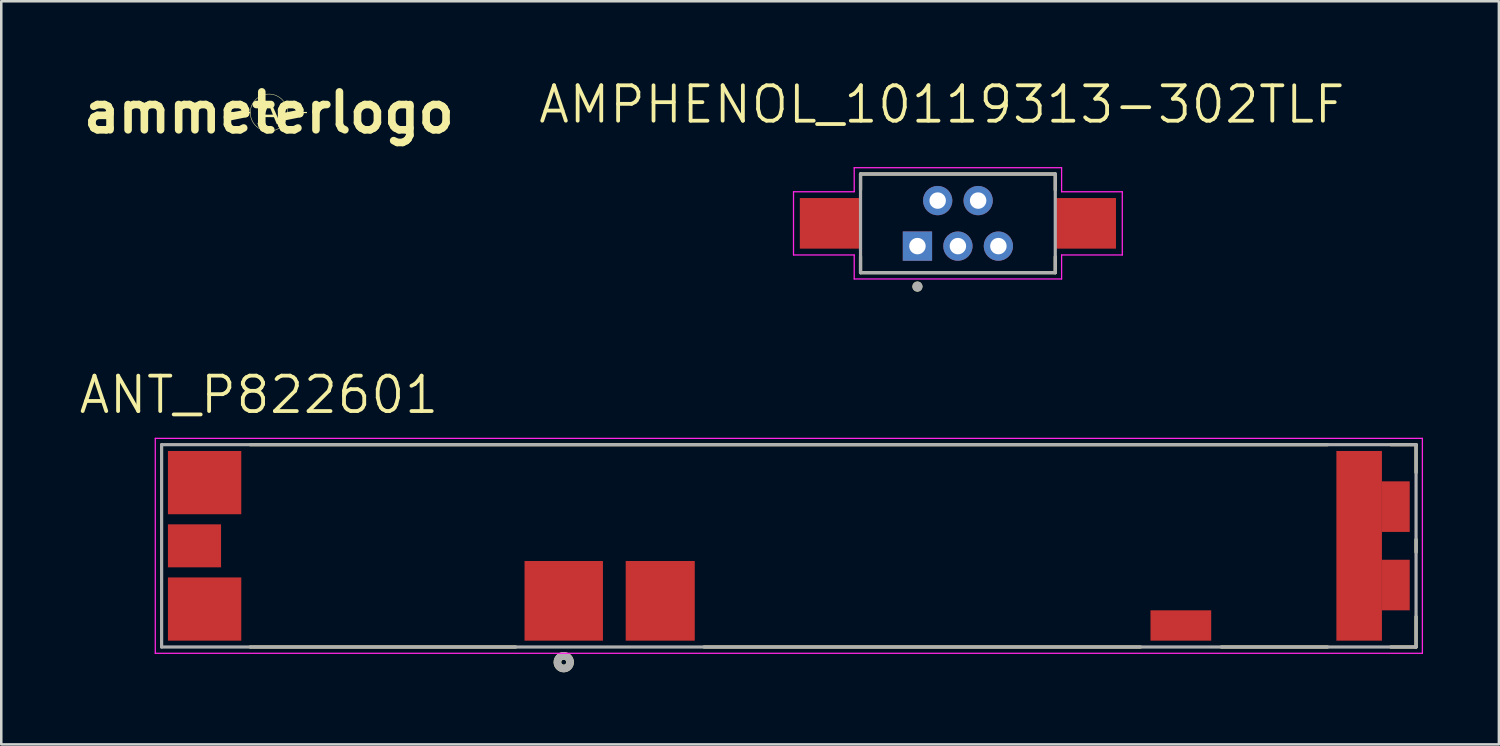
<source format=kicad_pcb>
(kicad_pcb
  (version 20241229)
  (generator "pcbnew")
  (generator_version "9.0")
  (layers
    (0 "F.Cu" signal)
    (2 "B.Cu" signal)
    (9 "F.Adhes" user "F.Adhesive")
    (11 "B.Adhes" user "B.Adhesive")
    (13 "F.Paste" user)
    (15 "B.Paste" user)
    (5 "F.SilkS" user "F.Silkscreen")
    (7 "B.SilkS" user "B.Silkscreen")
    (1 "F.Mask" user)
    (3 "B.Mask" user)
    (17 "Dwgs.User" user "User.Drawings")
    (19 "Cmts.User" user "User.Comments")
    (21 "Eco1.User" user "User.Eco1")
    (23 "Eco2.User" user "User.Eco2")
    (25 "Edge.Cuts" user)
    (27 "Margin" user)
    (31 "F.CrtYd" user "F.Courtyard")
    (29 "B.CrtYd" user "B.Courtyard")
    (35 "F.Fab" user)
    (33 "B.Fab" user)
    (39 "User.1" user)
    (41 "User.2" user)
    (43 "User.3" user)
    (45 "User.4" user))
  (footprint "ANT_P822601"
    (layer "F.Cu")
    (at 28.14 18.532)
    (property "Reference" "ANT_P822601" (at -20.955 -5.969 0) (layer "F.SilkS") (effects (font (size 1.4 1.4) (thickness 0.15))))
    (attr smd)
    (fp_line (start -21.3 -4) (end 21.3 -4) (stroke (width 0.127) (type solid)) (layer "F.SilkS"))
    (fp_line (start -10.8 4) (end -21.3 4) (stroke (width 0.127) (type solid)) (layer "F.SilkS"))
    (fp_line (start 13.9 4) (end -3.35 4) (stroke (width 0.127) (type solid)) (layer "F.SilkS"))
    (fp_line (start 21.3 4) (end 17.1 4) (stroke (width 0.127) (type solid)) (layer "F.SilkS"))
    (fp_line (start 23.8 -4) (end 24.8 -4) (stroke (width 0.127) (type solid)) (layer "F.SilkS"))
    (fp_line (start 24.8 -4) (end 24.8 -2.9) (stroke (width 0.127) (type solid)) (layer "F.SilkS"))
    (fp_line (start 24.8 -0.25) (end 24.8 0.25) (stroke (width 0.127) (type solid)) (layer "F.SilkS"))
    (fp_line (start 24.8 2.8) (end 24.8 4) (stroke (width 0.127) (type solid)) (layer "F.SilkS"))
    (fp_line (start 24.8 4) (end 23.8 4) (stroke (width 0.127) (type solid)) (layer "F.SilkS"))
    (fp_circle (center -8.9 4.6) (end -8.8 4.6) (stroke (width 0.3) (type solid)) (fill no) (layer "F.SilkS"))
    (fp_line (start -25.05 -4.25) (end 25.05 -4.25) (stroke (width 0.05) (type solid)) (layer "F.CrtYd"))
    (fp_line (start -25.05 4.25) (end -25.05 -4.25) (stroke (width 0.05) (type solid)) (layer "F.CrtYd"))
    (fp_line (start 25.05 -4.25) (end 25.05 4.25) (stroke (width 0.05) (type solid)) (layer "F.CrtYd"))
    (fp_line (start 25.05 4.25) (end -25.05 4.25) (stroke (width 0.05) (type solid)) (layer "F.CrtYd"))
    (fp_line (start -24.8 -4) (end 24.8 -4) (stroke (width 0.127) (type solid)) (layer "F.Fab"))
    (fp_line (start -24.8 4) (end -24.8 -4) (stroke (width 0.127) (type solid)) (layer "F.Fab"))
    (fp_line (start 24.8 -4) (end 24.8 4) (stroke (width 0.127) (type solid)) (layer "F.Fab"))
    (fp_line (start 24.8 4) (end -24.8 4) (stroke (width 0.127) (type solid)) (layer "F.Fab"))
    (fp_circle (center -8.9 4.6) (end -8.8 4.6) (stroke (width 0.3) (type solid)) (fill no) (layer "F.Fab"))
    (pad "1" smd rect (at -8.9 2.175 180) (size 3.1 3.15) (layers "F.Cu" "F.Mask" "F.Paste"))
    (pad "2" smd rect (at -5.085 2.175) (size 2.73 3.15) (layers "F.Cu" "F.Mask" "F.Paste"))
    (pad "3" smd rect (at 22.55 0 90) (size 7.5 1.8) (layers "F.Cu" "F.Mask" "F.Paste"))
    (pad "3_1" smd rect (at 24 -1.55 90) (size 2 1.1) (layers "F.Cu" "F.Mask" "F.Paste"))
    (pad "3_2" smd rect (at 24 1.55 90) (size 2 1.1) (layers "F.Cu" "F.Mask" "F.Paste"))
    (pad "4" smd rect (at 15.5 3.15) (size 2.4 1.2) (layers "F.Cu" "F.Mask" "F.Paste"))
    (pad "5" smd rect (at -23.1 -2.5) (size 2.9 2.5) (layers "F.Cu" "F.Mask" "F.Paste"))
    (pad "6" smd rect (at -23.5 0) (size 2.1 1.7) (layers "F.Cu" "F.Mask" "F.Paste"))
    (pad "7" smd rect (at -23.1 2.5) (size 2.9 2.5) (layers "F.Cu" "F.Mask" "F.Paste")))
  (footprint "AMPHENOL_10119313-302TLF"
    (layer "F.Cu")
    (at 34.825 5.781)
    (property "Reference" "AMPHENOL_10119313-302TLF" (at -0.635 -4.699 0) (layer "F.SilkS") (effects (font (size 1.4 1.4) (thickness 0.15))))
    (attr through_hole)
    (fp_line (start -3.85 -1.95) (end 3.85 -1.95) (stroke (width 0.127) (type solid)) (layer "F.SilkS"))
    (fp_line (start -3.85 -1.32) (end -3.85 -1.95) (stroke (width 0.127) (type solid)) (layer "F.SilkS"))
    (fp_line (start -3.85 1.32) (end -3.85 1.95) (stroke (width 0.127) (type solid)) (layer "F.SilkS"))
    (fp_line (start -3.85 1.95) (end 3.85 1.95) (stroke (width 0.127) (type solid)) (layer "F.SilkS"))
    (fp_line (start 3.85 -1.95) (end 3.85 -1.32) (stroke (width 0.127) (type solid)) (layer "F.SilkS"))
    (fp_line (start 3.85 1.95) (end 3.85 1.32) (stroke (width 0.127) (type solid)) (layer "F.SilkS"))
    (fp_circle (center -1.6 2.5) (end -1.5 2.5) (stroke (width 0.2) (type solid)) (fill no) (layer "F.SilkS"))
    (fp_line (start -6.5 -1.25) (end -4.1 -1.25) (stroke (width 0.05) (type solid)) (layer "F.CrtYd"))
    (fp_line (start -6.5 1.25) (end -6.5 -1.25) (stroke (width 0.05) (type solid)) (layer "F.CrtYd"))
    (fp_line (start -4.1 -2.2) (end 4.1 -2.2) (stroke (width 0.05) (type solid)) (layer "F.CrtYd"))
    (fp_line (start -4.1 -1.25) (end -4.1 -2.2) (stroke (width 0.05) (type solid)) (layer "F.CrtYd"))
    (fp_line (start -4.1 1.25) (end -6.5 1.25) (stroke (width 0.05) (type solid)) (layer "F.CrtYd"))
    (fp_line (start -4.1 2.2) (end -4.1 1.25) (stroke (width 0.05) (type solid)) (layer "F.CrtYd"))
    (fp_line (start 4.1 -2.2) (end 4.1 -1.25) (stroke (width 0.05) (type solid)) (layer "F.CrtYd"))
    (fp_line (start 4.1 -1.25) (end 6.5 -1.25) (stroke (width 0.05) (type solid)) (layer "F.CrtYd"))
    (fp_line (start 4.1 1.25) (end 4.1 2.2) (stroke (width 0.05) (type solid)) (layer "F.CrtYd"))
    (fp_line (start 4.1 2.2) (end -4.1 2.2) (stroke (width 0.05) (type solid)) (layer "F.CrtYd"))
    (fp_line (start 6.5 -1.25) (end 6.5 1.25) (stroke (width 0.05) (type solid)) (layer "F.CrtYd"))
    (fp_line (start 6.5 1.25) (end 4.1 1.25) (stroke (width 0.05) (type solid)) (layer "F.CrtYd"))
    (fp_line (start -3.85 -1.95) (end 3.85 -1.95) (stroke (width 0.127) (type solid)) (layer "F.Fab"))
    (fp_line (start -3.85 1.95) (end -3.85 -1.95) (stroke (width 0.127) (type solid)) (layer "F.Fab"))
    (fp_line (start 3.85 -1.95) (end 3.85 1.95) (stroke (width 0.127) (type solid)) (layer "F.Fab"))
    (fp_line (start 3.85 1.95) (end -3.85 1.95) (stroke (width 0.127) (type solid)) (layer "F.Fab"))
    (fp_circle (center -1.6 2.5) (end -1.5 2.5) (stroke (width 0.2) (type solid)) (fill no) (layer "F.Fab"))
    (pad "1" thru_hole rect (at -1.6 0.9) (size 1.158 1.158) (drill 0.65) (layers "*.Cu" "*.Mask"))
    (pad "2" thru_hole circle (at -0.8 -0.9) (size 1.158 1.158) (drill 0.65) (layers "*.Cu" "*.Mask"))
    (pad "3" thru_hole circle (at 0 0.9) (size 1.158 1.158) (drill 0.65) (layers "*.Cu" "*.Mask"))
    (pad "4" thru_hole circle (at 0.8 -0.9) (size 1.158 1.158) (drill 0.65) (layers "*.Cu" "*.Mask"))
    (pad "5" thru_hole circle (at 1.6 0.9) (size 1.158 1.158) (drill 0.65) (layers "*.Cu" "*.Mask"))
    (pad "SH1" smd rect (at -5.05 0) (size 2.4 2) (layers "F.Cu" "F.Mask" "F.Paste"))
    (pad "SH2" smd rect (at 5.05 0) (size 2.4 2) (layers "F.Cu" "F.Mask" "F.Paste")))
  (footprint "ammeterlogo"
    (layer "F.Cu")
    (at 7.586 1.404)
    (property "Reference" "ammeterlogo" (at 0 0 0) (layer "F.SilkS") (effects (font (size 1.5 1.5) (thickness 0.3))))
    (attr board_only exclude_from_pos_files exclude_from_bom)
    (fp_poly (pts (xy 0.256 -0.007) (xy 0.278 0.044) (xy 0.299 0.092) (xy 0.32 0.139) (xy 0.339 0.184) (xy 0.358 0.226) (xy 0.375 0.266) (xy 0.391 0.303) (xy 0.406 0.336) (xy 0.419 0.366) (xy 0.43 0.392) (xy 0.44 0.414) (xy 0.447 0.431) (xy 0.453 0.444) (xy 0.456 0.451) (xy 0.457 0.453) (xy 0.457 0.455) (xy 0.456 0.456) (xy 0.453 0.457) (xy 0.447 0.457) (xy 0.437 0.458) (xy 0.423 0.458) (xy 0.405 0.458) (xy 0.384 0.457) (xy 0.31 0.456) (xy 0.254 0.321) (xy 0.243 0.294) (xy 0.232 0.268) (xy 0.222 0.245) (xy 0.214 0.224) (xy 0.207 0.207) (xy 0.201 0.194) (xy 0.197 0.186) (xy 0.196 0.182) (xy 0.194 0.181) (xy 0.19 0.181) (xy 0.182 0.18) (xy 0.171 0.18) (xy 0.157 0.179) (xy 0.138 0.179) (xy 0.115 0.179) (xy 0.087 0.178) (xy 0.054 0.178) (xy 0.015 0.178) (xy -0.01 0.178) (xy -0.214 0.178) (xy -0.268 0.317) (xy -0.322 0.456) (xy -0.392 0.457) (xy -0.412 0.457) (xy -0.43 0.457) (xy -0.445 0.457) (xy -0.455 0.456) (xy -0.46 0.456) (xy -0.461 0.455) (xy -0.459 0.452) (xy -0.456 0.444) (xy -0.45 0.43) (xy -0.443 0.412) (xy -0.433 0.389) (xy -0.422 0.362) (xy -0.41 0.331) (xy -0.396 0.297) (xy -0.38 0.259) (xy -0.363 0.218) (xy -0.346 0.175) (xy -0.327 0.129) (xy -0.307 0.082) (xy -0.306 0.077) (xy -0.175 0.077) (xy -0.172 0.078) (xy -0.164 0.078) (xy -0.15 0.079) (xy -0.132 0.079) (xy -0.11 0.079) (xy -0.085 0.08) (xy -0.057 0.08) (xy -0.026 0.08) (xy -0.011 0.08) (xy 0.02 0.08) (xy 0.05 0.08) (xy 0.076 0.08) (xy 0.1 0.079) (xy 0.12 0.079) (xy 0.136 0.079) (xy 0.147 0.079) (xy 0.153 0.078) (xy 0.154 0.078) (xy 0.153 0.075) (xy 0.149 0.067) (xy 0.144 0.054) (xy 0.138 0.037) (xy 0.129 0.017) (xy 0.12 -0.007) (xy 0.11 -0.033) (xy 0.098 -0.061) (xy 0.094 -0.072) (xy 0.074 -0.121) (xy 0.056 -0.166) (xy 0.041 -0.205) (xy 0.027 -0.239) (xy 0.016 -0.269) (xy 0.006 -0.295) (xy -0.002 -0.317) (xy -0.008 -0.336) (xy -0.009 -0.34) (xy -0.016 -0.361) (xy -0.027 -0.321) (xy -0.031 -0.305) (xy -0.035 -0.289) (xy -0.04 -0.274) (xy -0.045 -0.258) (xy -0.051 -0.24) (xy -0.058 -0.221) (xy -0.066 -0.2) (xy -0.075 -0.176) (xy -0.086 -0.147) (xy -0.099 -0.115) (xy -0.114 -0.078) (xy -0.117 -0.069) (xy -0.129 -0.041) (xy -0.139 -0.015) (xy -0.149 0.009) (xy -0.157 0.031) (xy -0.164 0.049) (xy -0.17 0.063) (xy -0.173 0.072) (xy -0.175 0.077) (xy -0.175 0.077) (xy -0.306 0.077) (xy -0.287 0.032) (xy -0.272 -0.004) (xy -0.085 -0.461) (xy -0.014 -0.461) (xy 0.057 -0.461)) (stroke (width 0) (type solid)) (fill yes) (layer "F.SilkS"))
    (fp_poly (pts (xy 0.04 -0.742) (xy 0.071 -0.74) (xy 0.098 -0.737) (xy 0.114 -0.735) (xy 0.18 -0.721) (xy 0.245 -0.701) (xy 0.307 -0.676) (xy 0.366 -0.645) (xy 0.421 -0.61) (xy 0.474 -0.571) (xy 0.522 -0.527) (xy 0.566 -0.478) (xy 0.606 -0.426) (xy 0.642 -0.369) (xy 0.662 -0.33) (xy 0.685 -0.281) (xy 0.703 -0.233) (xy 0.718 -0.184) (xy 0.729 -0.133) (xy 0.737 -0.079) (xy 0.739 -0.05) (xy 0.741 -0.028) (xy 1.121 -0.028) (xy 1.5 -0.028) (xy 1.5 -0.005) (xy 1.5 0.018) (xy 1.121 0.018) (xy 0.742 0.018) (xy 0.74 0.047) (xy 0.731 0.115) (xy 0.718 0.182) (xy 0.698 0.246) (xy 0.673 0.309) (xy 0.643 0.368) (xy 0.607 0.425) (xy 0.575 0.467) (xy 0.53 0.518) (xy 0.482 0.564) (xy 0.429 0.605) (xy 0.373 0.641) (xy 0.314 0.672) (xy 0.253 0.698) (xy 0.188 0.718) (xy 0.122 0.733) (xy 0.12 0.734) (xy 0.102 0.737) (xy 0.084 0.739) (xy 0.067 0.74) (xy 0.048 0.741) (xy 0.025 0.742) (xy 0.011 0.742) (xy -0.009 0.743) (xy -0.028 0.743) (xy -0.045 0.743) (xy -0.057 0.742) (xy -0.065 0.742) (xy -0.066 0.742) (xy -0.136 0.732) (xy -0.203 0.717) (xy -0.266 0.696) (xy -0.327 0.671) (xy -0.384 0.64) (xy -0.439 0.603) (xy -0.492 0.561) (xy -0.52 0.535) (xy -0.568 0.485) (xy -0.609 0.433) (xy -0.646 0.377) (xy -0.677 0.318) (xy -0.703 0.257) (xy -0.723 0.193) (xy -0.738 0.127) (xy -0.741 0.107) (xy -0.743 0.09) (xy -0.745 0.073) (xy -0.746 0.059) (xy -0.747 0.05) (xy -0.747 0.049) (xy -0.747 0.038) (xy -0.748 0.029) (xy -0.749 0.025) (xy -0.751 0.018) (xy -1.125 0.018) (xy -1.5 0.018) (xy -1.5 0.009) (xy -0.729 0.009) (xy -0.728 0.045) (xy -0.726 0.078) (xy -0.724 0.094) (xy -0.712 0.159) (xy -0.695 0.222) (xy -0.672 0.283) (xy -0.644 0.342) (xy -0.611 0.398) (xy -0.572 0.451) (xy -0.529 0.5) (xy -0.481 0.546) (xy -0.436 0.582) (xy -0.383 0.618) (xy -0.327 0.649) (xy -0.267 0.675) (xy -0.206 0.696) (xy -0.143 0.712) (xy -0.079 0.722) (xy -0.075 0.722) (xy -0.058 0.723) (xy -0.035 0.724) (xy -0.01 0.724) (xy 0.017 0.724) (xy 0.043 0.723) (xy 0.068 0.721) (xy 0.089 0.719) (xy 0.101 0.718) (xy 0.167 0.705) (xy 0.23 0.686) (xy 0.291 0.662) (xy 0.349 0.633) (xy 0.404 0.599) (xy 0.456 0.561) (xy 0.504 0.518) (xy 0.548 0.471) (xy 0.588 0.419) (xy 0.624 0.364) (xy 0.654 0.306) (xy 0.676 0.254) (xy 0.686 0.226) (xy 0.695 0.194) (xy 0.704 0.16) (xy 0.711 0.127) (xy 0.715 0.101) (xy 0.718 0.079) (xy 0.72 0.052) (xy 0.721 0.022) (xy 0.721 -0.009) (xy 0.72 -0.039) (xy 0.719 -0.068) (xy 0.716 -0.092) (xy 0.715 -0.101) (xy 0.702 -0.168) (xy 0.683 -0.232) (xy 0.659 -0.294) (xy 0.63 -0.352) (xy 0.596 -0.408) (xy 0.557 -0.46) (xy 0.514 -0.509) (xy 0.466 -0.553) (xy 0.413 -0.593) (xy 0.357 -0.629) (xy 0.346 -0.635) (xy 0.287 -0.665) (xy 0.226 -0.688) (xy 0.163 -0.706) (xy 0.099 -0.718) (xy 0.034 -0.724) (xy -0.031 -0.725) (xy -0.096 -0.719) (xy -0.161 -0.708) (xy -0.225 -0.691) (xy -0.231 -0.689) (xy -0.294 -0.665) (xy -0.353 -0.636) (xy -0.409 -0.602) (xy -0.461 -0.563) (xy -0.51 -0.52) (xy -0.555 -0.472) (xy -0.595 -0.421) (xy -0.631 -0.365) (xy -0.662 -0.306) (xy -0.684 -0.254) (xy -0.693 -0.23) (xy -0.701 -0.203) (xy -0.709 -0.173) (xy -0.716 -0.142) (xy -0.721 -0.113) (xy -0.724 -0.094) (xy -0.727 -0.063) (xy -0.729 -0.028) (xy -0.729 0.009) (xy -1.5 0.009) (xy -1.5 -0.005) (xy -1.5 -0.028) (xy -1.124 -0.028) (xy -0.747 -0.028) (xy -0.747 -0.047) (xy -0.746 -0.057) (xy -0.745 -0.072) (xy -0.743 -0.089) (xy -0.741 -0.106) (xy -0.741 -0.107) (xy -0.728 -0.174) (xy -0.71 -0.238) (xy -0.685 -0.3) (xy -0.656 -0.36) (xy -0.621 -0.417) (xy -0.58 -0.47) (xy -0.535 -0.521) (xy -0.52 -0.535) (xy -0.469 -0.58) (xy -0.415 -0.62) (xy -0.358 -0.655) (xy -0.298 -0.684) (xy -0.235 -0.707) (xy -0.17 -0.725) (xy -0.111 -0.737) (xy -0.086 -0.74) (xy -0.058 -0.742) (xy -0.026 -0.743) (xy 0.007 -0.743)) (stroke (width 0) (type solid)) (fill yes) (layer "F.SilkS")))
  (gr_rect
    (start -3 -3)
    (end 56.215 26.383)
    (stroke (width 0.1) (type default))
    (fill no)
    (layer "Edge.Cuts")))
</source>
